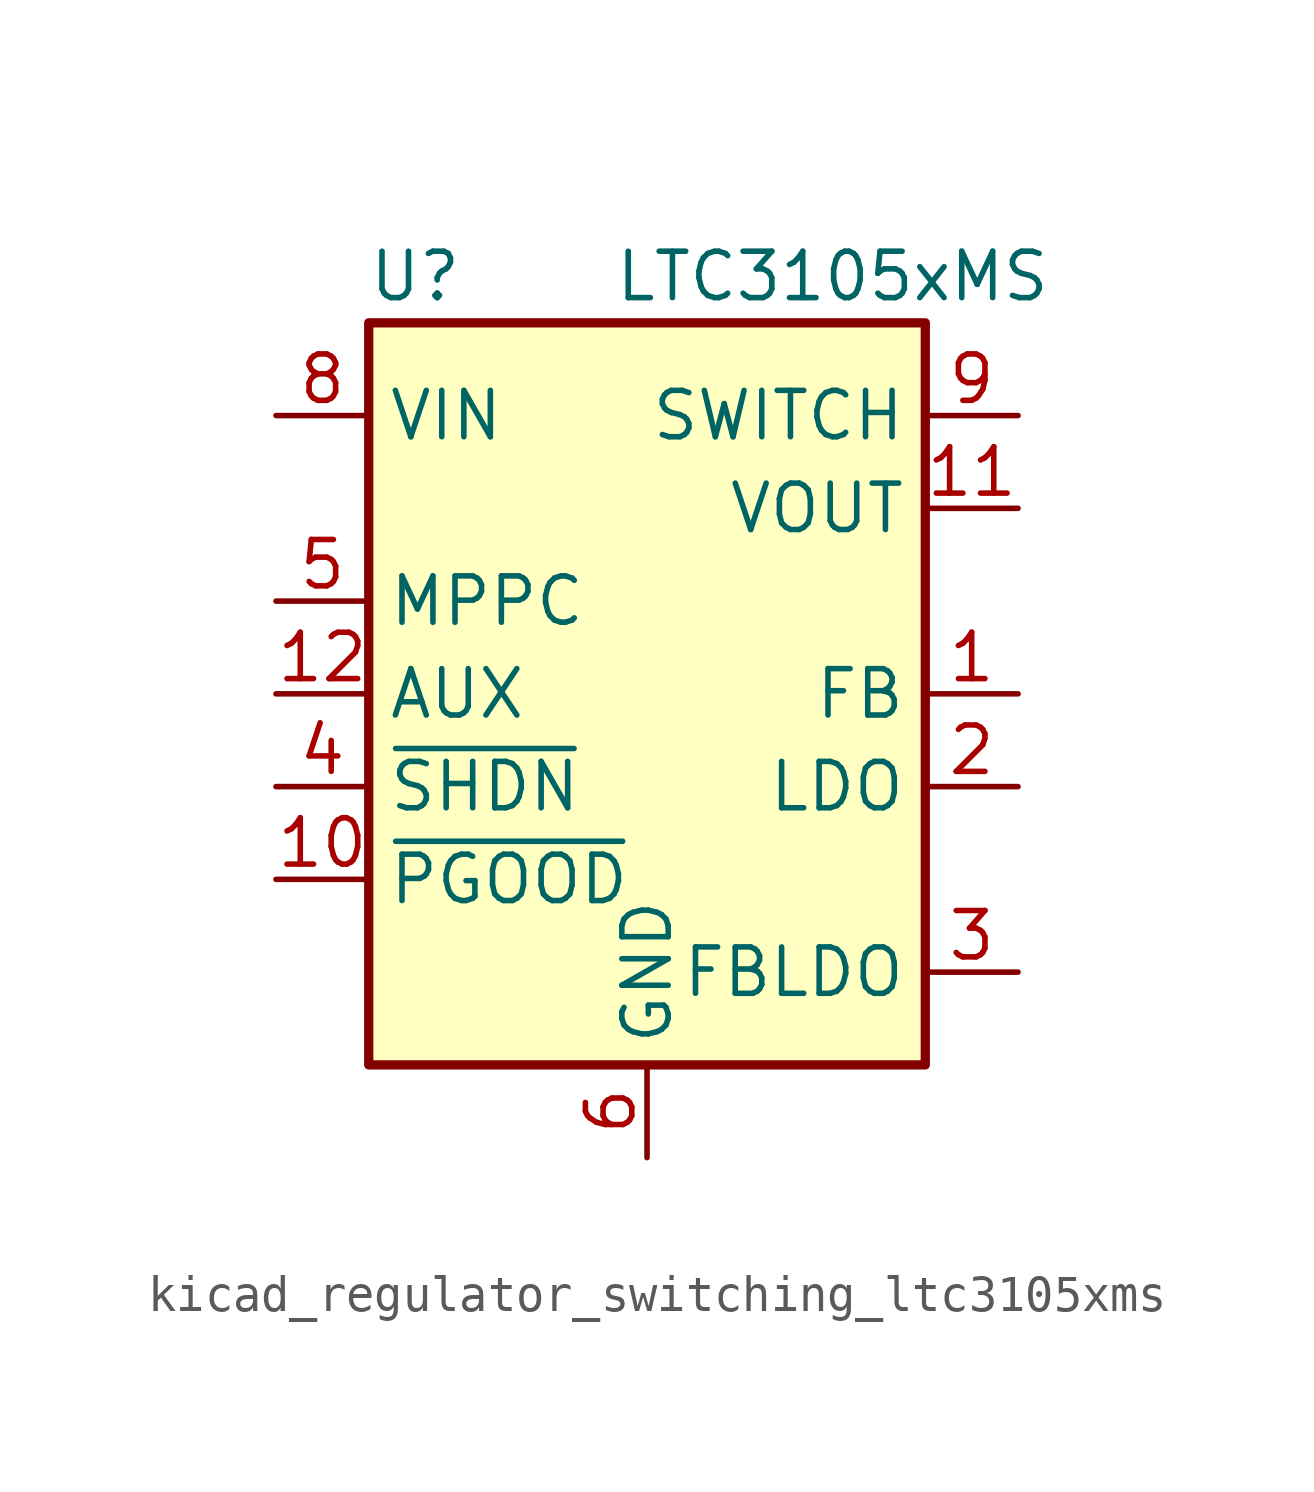
<source format=kicad_sym>
(kicad_symbol_lib
  (version 20220914)
  (generator kicad_symbol_editor)
  (symbol "kicad_regulator_switching_ltc3105xms"
    (property "Reference" "U"
      (at -6.35 11.43 0)
      (effects (font (size 1.27 1.27))))
    (property "Value" "LTC3105xMS"
      (at 5.08 11.43 0)
      (effects (font (size 1.27 1.27))))
    (symbol "kicad_regulator_switching_ltc3105xms_0_0"
      (pin input line (at 10.16 0 180) (length 2.54) (name "FB" (effects (font (size 1.27 1.27)))) (number "1" (effects (font (size 1.27 1.27)))))
      (pin open_collector line (at -10.16 -5.08 0) (length 2.54) (name "~{PGOOD}" (effects (font (size 1.27 1.27)))) (number "10" (effects (font (size 1.27 1.27)))))
      (pin power_out line (at 10.16 5.08 180) (length 2.54) (name "VOUT" (effects (font (size 1.27 1.27)))) (number "11" (effects (font (size 1.27 1.27)))))
      (pin output line (at -10.16 0 0) (length 2.54) (name "AUX" (effects (font (size 1.27 1.27)))) (number "12" (effects (font (size 1.27 1.27)))))
      (pin output line (at 10.16 -2.54 180) (length 2.54) (name "LDO" (effects (font (size 1.27 1.27)))) (number "2" (effects (font (size 1.27 1.27)))))
      (pin input line (at 10.16 -7.62 180) (length 2.54) (name "FBLDO" (effects (font (size 1.27 1.27)))) (number "3" (effects (font (size 1.27 1.27)))))
      (pin input line (at -10.16 -2.54 0) (length 2.54) (name "~{SHDN}" (effects (font (size 1.27 1.27)))) (number "4" (effects (font (size 1.27 1.27)))))
      (pin input line (at -10.16 2.54 0) (length 2.54) (name "MPPC" (effects (font (size 1.27 1.27)))) (number "5" (effects (font (size 1.27 1.27)))))
      (pin power_in line (at 0 -12.7 90) (length 2.54) (name "GND" (effects (font (size 1.27 1.27)))) (number "6" (effects (font (size 1.27 1.27)))))
      (pin passive line (at 0 -12.7 90) (length 2.54) hide (name "GND" (effects (font (size 1.27 1.27)))) (number "7" (effects (font (size 1.27 1.27)))))
      (pin power_in line (at -10.16 7.62 0) (length 2.54) (name "VIN" (effects (font (size 1.27 1.27)))) (number "8" (effects (font (size 1.27 1.27)))))
      (pin passive line (at 10.16 7.62 180) (length 2.54) (name "SWITCH" (effects (font (size 1.27 1.27)))) (number "9" (effects (font (size 1.27 1.27))))))
    (symbol "kicad_regulator_switching_ltc3105xms_0_1"
      (rectangle (start -7.62 -10.16) (end 7.62 10.16) (stroke (width 0.254) (type default)) (fill (type background))))))
</source>
